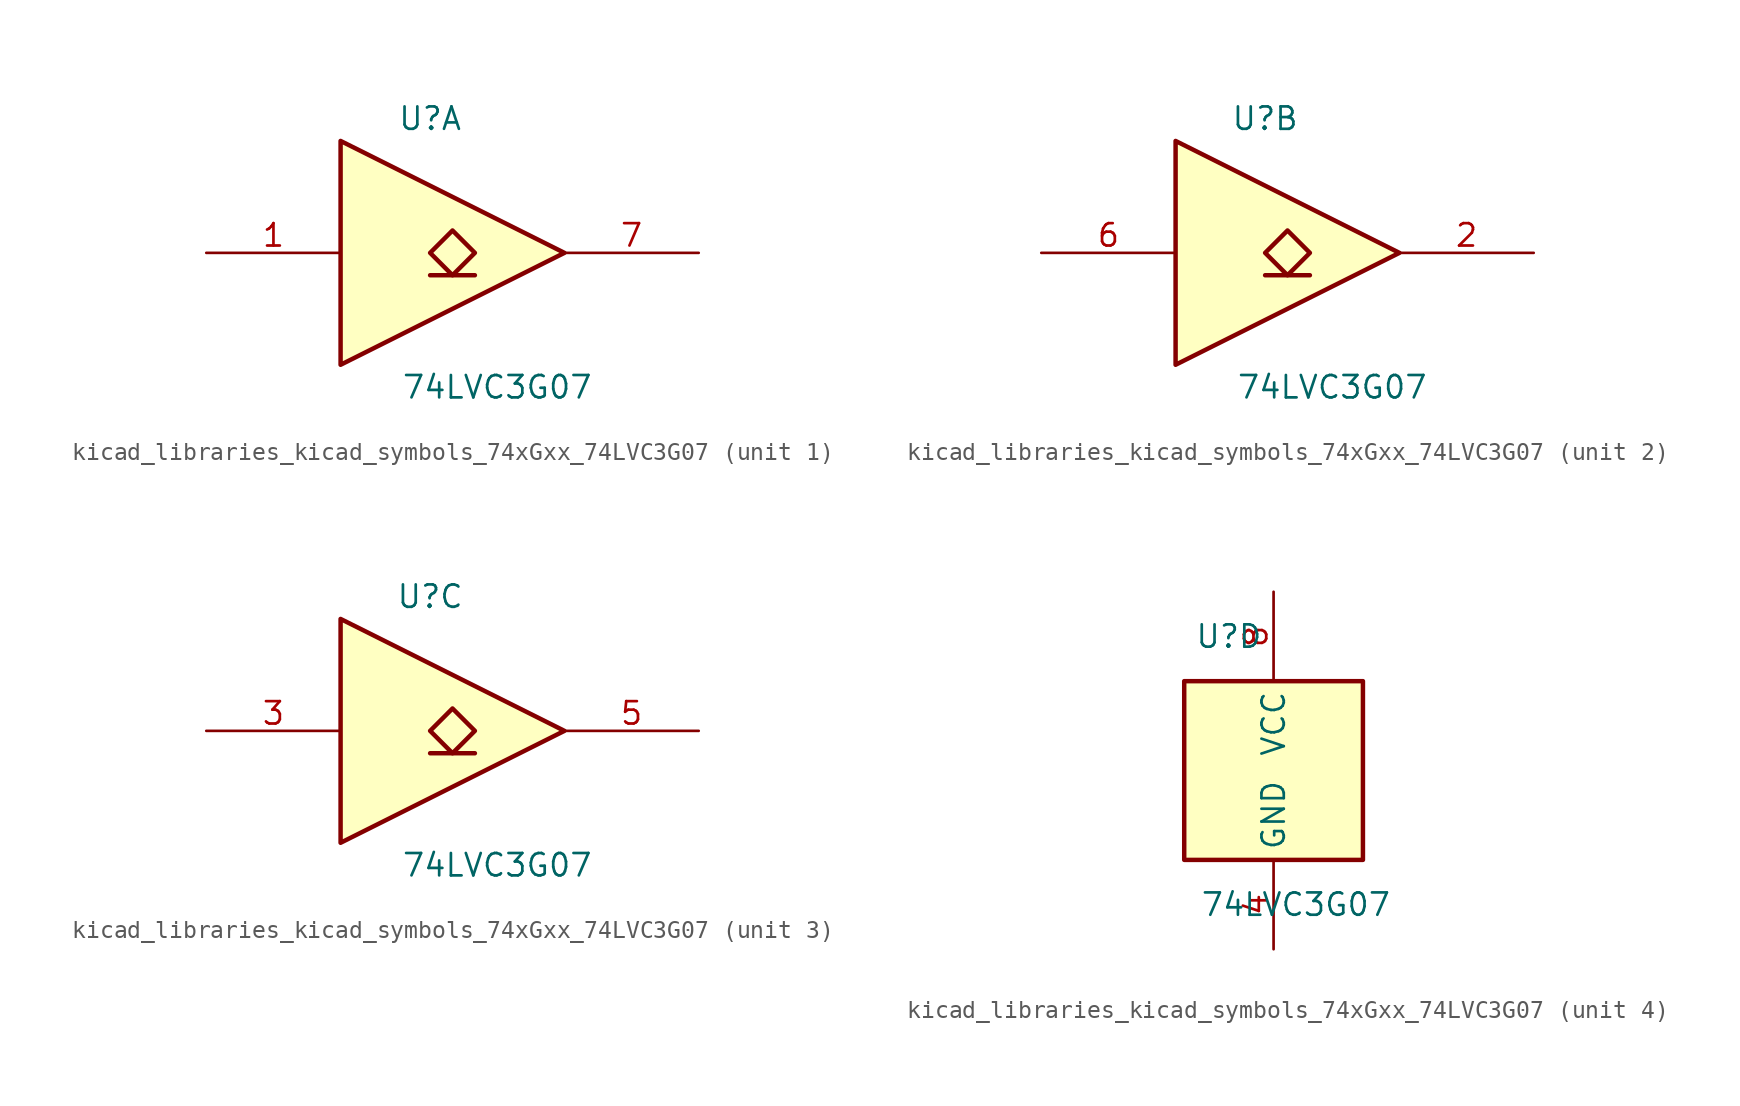
<source format=kicad_sym>
(kicad_symbol_lib
  (version 20220914)
  (generator kicad_symbol_editor)
  (symbol "kicad_libraries_kicad_symbols_74xGxx_74LVC3G07"
    (property "Reference" "U"
      (at -2.54 7.62 0)
      (effects (font (size 1.27 1.27))))
    (property "Value" "74LVC3G07"
      (at 1.27 -7.62 0)
      (effects (font (size 1.27 1.27))))
    (symbol "kicad_libraries_kicad_symbols_74xGxx_74LVC3G07_1_1"
      (polyline (pts (xy -2.54 -1.27) (xy 0 -1.27)) (stroke (width 0.254) (type default)) (fill (type background)))
      (polyline (pts (xy -7.62 6.35) (xy -7.62 -6.35) (xy 5.08 0) (xy -7.62 6.35)) (stroke (width 0.254) (type default)) (fill (type background)))
      (polyline (pts (xy -1.27 1.27) (xy -2.54 0) (xy -1.27 -1.27) (xy 0 0) (xy -1.27 1.27)) (stroke (width 0.254) (type default)) (fill (type background)))
      (pin input line (at -15.24 0 0) (length 7.62) (name "~" (effects (font (size 1.27 1.27)))) (number "1" (effects (font (size 1.27 1.27)))))
      (pin open_collector line (at 12.7 0 180) (length 7.62) (name "~" (effects (font (size 1.27 1.27)))) (number "7" (effects (font (size 1.27 1.27))))))
    (symbol "kicad_libraries_kicad_symbols_74xGxx_74LVC3G07_2_1"
      (polyline (pts (xy -2.54 -1.27) (xy 0 -1.27)) (stroke (width 0.254) (type default)) (fill (type background)))
      (polyline (pts (xy -7.62 6.35) (xy -7.62 -6.35) (xy 5.08 0) (xy -7.62 6.35)) (stroke (width 0.254) (type default)) (fill (type background)))
      (polyline (pts (xy -1.27 1.27) (xy -2.54 0) (xy -1.27 -1.27) (xy 0 0) (xy -1.27 1.27)) (stroke (width 0.254) (type default)) (fill (type background)))
      (pin open_collector line (at 12.7 0 180) (length 7.62) (name "~" (effects (font (size 1.27 1.27)))) (number "2" (effects (font (size 1.27 1.27)))))
      (pin input line (at -15.24 0 0) (length 7.62) (name "~" (effects (font (size 1.27 1.27)))) (number "6" (effects (font (size 1.27 1.27))))))
    (symbol "kicad_libraries_kicad_symbols_74xGxx_74LVC3G07_3_1"
      (polyline (pts (xy -2.54 -1.27) (xy 0 -1.27)) (stroke (width 0.254) (type default)) (fill (type background)))
      (polyline (pts (xy -7.62 6.35) (xy -7.62 -6.35) (xy 5.08 0) (xy -7.62 6.35)) (stroke (width 0.254) (type default)) (fill (type background)))
      (polyline (pts (xy -1.27 1.27) (xy -2.54 0) (xy -1.27 -1.27) (xy 0 0) (xy -1.27 1.27)) (stroke (width 0.254) (type default)) (fill (type background)))
      (pin input line (at -15.24 0 0) (length 7.62) (name "~" (effects (font (size 1.27 1.27)))) (number "3" (effects (font (size 1.27 1.27)))))
      (pin open_collector line (at 12.7 0 180) (length 7.62) (name "~" (effects (font (size 1.27 1.27)))) (number "5" (effects (font (size 1.27 1.27))))))
    (symbol "kicad_libraries_kicad_symbols_74xGxx_74LVC3G07_4_0"
      (rectangle (start -5.08 -5.08) (end 5.08 5.08) (stroke (width 0.254) (type default)) (fill (type background))))
    (symbol "kicad_libraries_kicad_symbols_74xGxx_74LVC3G07_4_1"
      (pin power_in line (at 0 -10.16 90) (length 5.08) (name "GND" (effects (font (size 1.27 1.27)))) (number "4" (effects (font (size 1.27 1.27)))))
      (pin power_in line (at 0 10.16 270) (length 5.08) (name "VCC" (effects (font (size 1.27 1.27)))) (number "8" (effects (font (size 1.27 1.27))))))))
</source>
